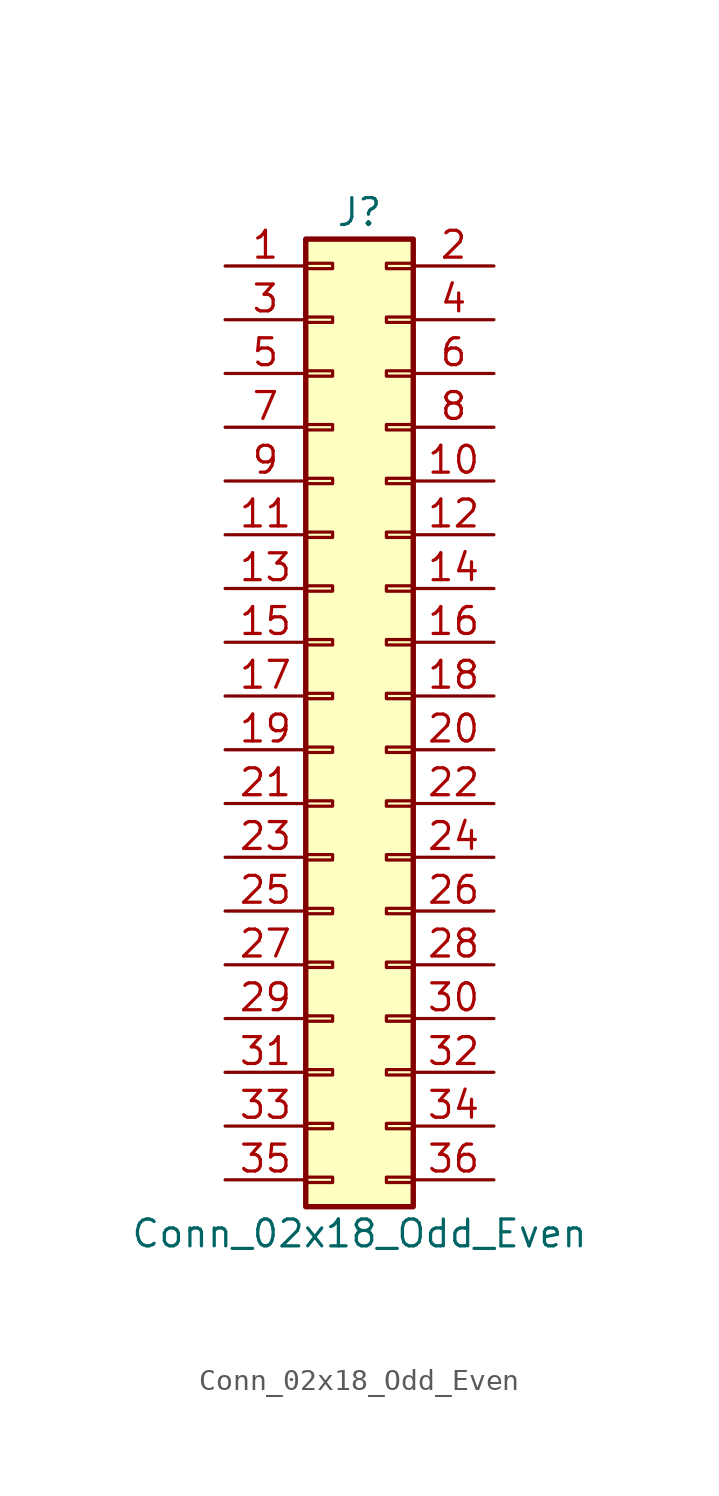
<source format=kicad_sym>
(kicad_symbol_lib
  (version 20220914)
  (generator kicad_symbol_editor)
  (symbol "Conn_02x18_Odd_Even"
    (pin_names
      (offset 1.016) hide)
    (property "Reference" "J"
      (at 1.27 22.86 0)
      (effects (font (size 1.27 1.27))))
    (property "Value" "Conn_02x18_Odd_Even"
      (at 1.27 -25.4 0)
      (effects (font (size 1.27 1.27))))
    (symbol "Conn_02x18_Odd_Even_1_1"
      (rectangle (start -1.27 -22.733) (end 0 -22.987) (stroke (width 0.152) (type default)) (fill (type none)))
      (rectangle (start -1.27 -20.193) (end 0 -20.447) (stroke (width 0.152) (type default)) (fill (type none)))
      (rectangle (start -1.27 -17.653) (end 0 -17.907) (stroke (width 0.152) (type default)) (fill (type none)))
      (rectangle (start -1.27 -15.113) (end 0 -15.367) (stroke (width 0.152) (type default)) (fill (type none)))
      (rectangle (start -1.27 -12.573) (end 0 -12.827) (stroke (width 0.152) (type default)) (fill (type none)))
      (rectangle (start -1.27 -10.033) (end 0 -10.287) (stroke (width 0.152) (type default)) (fill (type none)))
      (rectangle (start -1.27 -7.493) (end 0 -7.747) (stroke (width 0.152) (type default)) (fill (type none)))
      (rectangle (start -1.27 -4.953) (end 0 -5.207) (stroke (width 0.152) (type default)) (fill (type none)))
      (rectangle (start -1.27 -2.413) (end 0 -2.667) (stroke (width 0.152) (type default)) (fill (type none)))
      (rectangle (start -1.27 0.127) (end 0 -0.127) (stroke (width 0.152) (type default)) (fill (type none)))
      (rectangle (start -1.27 2.667) (end 0 2.413) (stroke (width 0.152) (type default)) (fill (type none)))
      (rectangle (start -1.27 5.207) (end 0 4.953) (stroke (width 0.152) (type default)) (fill (type none)))
      (rectangle (start -1.27 7.747) (end 0 7.493) (stroke (width 0.152) (type default)) (fill (type none)))
      (rectangle (start -1.27 10.287) (end 0 10.033) (stroke (width 0.152) (type default)) (fill (type none)))
      (rectangle (start -1.27 12.827) (end 0 12.573) (stroke (width 0.152) (type default)) (fill (type none)))
      (rectangle (start -1.27 15.367) (end 0 15.113) (stroke (width 0.152) (type default)) (fill (type none)))
      (rectangle (start -1.27 17.907) (end 0 17.653) (stroke (width 0.152) (type default)) (fill (type none)))
      (rectangle (start -1.27 20.447) (end 0 20.193) (stroke (width 0.152) (type default)) (fill (type none)))
      (rectangle (start -1.27 21.59) (end 3.81 -24.13) (stroke (width 0.254) (type default)) (fill (type background)))
      (rectangle (start 3.81 -22.733) (end 2.54 -22.987) (stroke (width 0.152) (type default)) (fill (type none)))
      (rectangle (start 3.81 -20.193) (end 2.54 -20.447) (stroke (width 0.152) (type default)) (fill (type none)))
      (rectangle (start 3.81 -17.653) (end 2.54 -17.907) (stroke (width 0.152) (type default)) (fill (type none)))
      (rectangle (start 3.81 -15.113) (end 2.54 -15.367) (stroke (width 0.152) (type default)) (fill (type none)))
      (rectangle (start 3.81 -12.573) (end 2.54 -12.827) (stroke (width 0.152) (type default)) (fill (type none)))
      (rectangle (start 3.81 -10.033) (end 2.54 -10.287) (stroke (width 0.152) (type default)) (fill (type none)))
      (rectangle (start 3.81 -7.493) (end 2.54 -7.747) (stroke (width 0.152) (type default)) (fill (type none)))
      (rectangle (start 3.81 -4.953) (end 2.54 -5.207) (stroke (width 0.152) (type default)) (fill (type none)))
      (rectangle (start 3.81 -2.413) (end 2.54 -2.667) (stroke (width 0.152) (type default)) (fill (type none)))
      (rectangle (start 3.81 0.127) (end 2.54 -0.127) (stroke (width 0.152) (type default)) (fill (type none)))
      (rectangle (start 3.81 2.667) (end 2.54 2.413) (stroke (width 0.152) (type default)) (fill (type none)))
      (rectangle (start 3.81 5.207) (end 2.54 4.953) (stroke (width 0.152) (type default)) (fill (type none)))
      (rectangle (start 3.81 7.747) (end 2.54 7.493) (stroke (width 0.152) (type default)) (fill (type none)))
      (rectangle (start 3.81 10.287) (end 2.54 10.033) (stroke (width 0.152) (type default)) (fill (type none)))
      (rectangle (start 3.81 12.827) (end 2.54 12.573) (stroke (width 0.152) (type default)) (fill (type none)))
      (rectangle (start 3.81 15.367) (end 2.54 15.113) (stroke (width 0.152) (type default)) (fill (type none)))
      (rectangle (start 3.81 17.907) (end 2.54 17.653) (stroke (width 0.152) (type default)) (fill (type none)))
      (rectangle (start 3.81 20.447) (end 2.54 20.193) (stroke (width 0.152) (type default)) (fill (type none)))
      (pin passive line (at -5.08 20.32 0) (length 3.81) (name "Pin_1" (effects (font (size 1.27 1.27)))) (number "1" (effects (font (size 1.27 1.27)))))
      (pin passive line (at 7.62 10.16 180) (length 3.81) (name "Pin_10" (effects (font (size 1.27 1.27)))) (number "10" (effects (font (size 1.27 1.27)))))
      (pin passive line (at -5.08 7.62 0) (length 3.81) (name "Pin_11" (effects (font (size 1.27 1.27)))) (number "11" (effects (font (size 1.27 1.27)))))
      (pin passive line (at 7.62 7.62 180) (length 3.81) (name "Pin_12" (effects (font (size 1.27 1.27)))) (number "12" (effects (font (size 1.27 1.27)))))
      (pin passive line (at -5.08 5.08 0) (length 3.81) (name "Pin_13" (effects (font (size 1.27 1.27)))) (number "13" (effects (font (size 1.27 1.27)))))
      (pin passive line (at 7.62 5.08 180) (length 3.81) (name "Pin_14" (effects (font (size 1.27 1.27)))) (number "14" (effects (font (size 1.27 1.27)))))
      (pin passive line (at -5.08 2.54 0) (length 3.81) (name "Pin_15" (effects (font (size 1.27 1.27)))) (number "15" (effects (font (size 1.27 1.27)))))
      (pin passive line (at 7.62 2.54 180) (length 3.81) (name "Pin_16" (effects (font (size 1.27 1.27)))) (number "16" (effects (font (size 1.27 1.27)))))
      (pin passive line (at -5.08 0 0) (length 3.81) (name "Pin_17" (effects (font (size 1.27 1.27)))) (number "17" (effects (font (size 1.27 1.27)))))
      (pin passive line (at 7.62 0 180) (length 3.81) (name "Pin_18" (effects (font (size 1.27 1.27)))) (number "18" (effects (font (size 1.27 1.27)))))
      (pin passive line (at -5.08 -2.54 0) (length 3.81) (name "Pin_19" (effects (font (size 1.27 1.27)))) (number "19" (effects (font (size 1.27 1.27)))))
      (pin passive line (at 7.62 20.32 180) (length 3.81) (name "Pin_2" (effects (font (size 1.27 1.27)))) (number "2" (effects (font (size 1.27 1.27)))))
      (pin passive line (at 7.62 -2.54 180) (length 3.81) (name "Pin_20" (effects (font (size 1.27 1.27)))) (number "20" (effects (font (size 1.27 1.27)))))
      (pin passive line (at -5.08 -5.08 0) (length 3.81) (name "Pin_21" (effects (font (size 1.27 1.27)))) (number "21" (effects (font (size 1.27 1.27)))))
      (pin passive line (at 7.62 -5.08 180) (length 3.81) (name "Pin_22" (effects (font (size 1.27 1.27)))) (number "22" (effects (font (size 1.27 1.27)))))
      (pin passive line (at -5.08 -7.62 0) (length 3.81) (name "Pin_23" (effects (font (size 1.27 1.27)))) (number "23" (effects (font (size 1.27 1.27)))))
      (pin passive line (at 7.62 -7.62 180) (length 3.81) (name "Pin_24" (effects (font (size 1.27 1.27)))) (number "24" (effects (font (size 1.27 1.27)))))
      (pin passive line (at -5.08 -10.16 0) (length 3.81) (name "Pin_25" (effects (font (size 1.27 1.27)))) (number "25" (effects (font (size 1.27 1.27)))))
      (pin passive line (at 7.62 -10.16 180) (length 3.81) (name "Pin_26" (effects (font (size 1.27 1.27)))) (number "26" (effects (font (size 1.27 1.27)))))
      (pin passive line (at -5.08 -12.7 0) (length 3.81) (name "Pin_27" (effects (font (size 1.27 1.27)))) (number "27" (effects (font (size 1.27 1.27)))))
      (pin passive line (at 7.62 -12.7 180) (length 3.81) (name "Pin_28" (effects (font (size 1.27 1.27)))) (number "28" (effects (font (size 1.27 1.27)))))
      (pin passive line (at -5.08 -15.24 0) (length 3.81) (name "Pin_29" (effects (font (size 1.27 1.27)))) (number "29" (effects (font (size 1.27 1.27)))))
      (pin passive line (at -5.08 17.78 0) (length 3.81) (name "Pin_3" (effects (font (size 1.27 1.27)))) (number "3" (effects (font (size 1.27 1.27)))))
      (pin passive line (at 7.62 -15.24 180) (length 3.81) (name "Pin_30" (effects (font (size 1.27 1.27)))) (number "30" (effects (font (size 1.27 1.27)))))
      (pin passive line (at -5.08 -17.78 0) (length 3.81) (name "Pin_31" (effects (font (size 1.27 1.27)))) (number "31" (effects (font (size 1.27 1.27)))))
      (pin passive line (at 7.62 -17.78 180) (length 3.81) (name "Pin_32" (effects (font (size 1.27 1.27)))) (number "32" (effects (font (size 1.27 1.27)))))
      (pin passive line (at -5.08 -20.32 0) (length 3.81) (name "Pin_33" (effects (font (size 1.27 1.27)))) (number "33" (effects (font (size 1.27 1.27)))))
      (pin passive line (at 7.62 -20.32 180) (length 3.81) (name "Pin_34" (effects (font (size 1.27 1.27)))) (number "34" (effects (font (size 1.27 1.27)))))
      (pin passive line (at -5.08 -22.86 0) (length 3.81) (name "Pin_35" (effects (font (size 1.27 1.27)))) (number "35" (effects (font (size 1.27 1.27)))))
      (pin passive line (at 7.62 -22.86 180) (length 3.81) (name "Pin_36" (effects (font (size 1.27 1.27)))) (number "36" (effects (font (size 1.27 1.27)))))
      (pin passive line (at 7.62 17.78 180) (length 3.81) (name "Pin_4" (effects (font (size 1.27 1.27)))) (number "4" (effects (font (size 1.27 1.27)))))
      (pin passive line (at -5.08 15.24 0) (length 3.81) (name "Pin_5" (effects (font (size 1.27 1.27)))) (number "5" (effects (font (size 1.27 1.27)))))
      (pin passive line (at 7.62 15.24 180) (length 3.81) (name "Pin_6" (effects (font (size 1.27 1.27)))) (number "6" (effects (font (size 1.27 1.27)))))
      (pin passive line (at -5.08 12.7 0) (length 3.81) (name "Pin_7" (effects (font (size 1.27 1.27)))) (number "7" (effects (font (size 1.27 1.27)))))
      (pin passive line (at 7.62 12.7 180) (length 3.81) (name "Pin_8" (effects (font (size 1.27 1.27)))) (number "8" (effects (font (size 1.27 1.27)))))
      (pin passive line (at -5.08 10.16 0) (length 3.81) (name "Pin_9" (effects (font (size 1.27 1.27)))) (number "9" (effects (font (size 1.27 1.27))))))))
</source>
